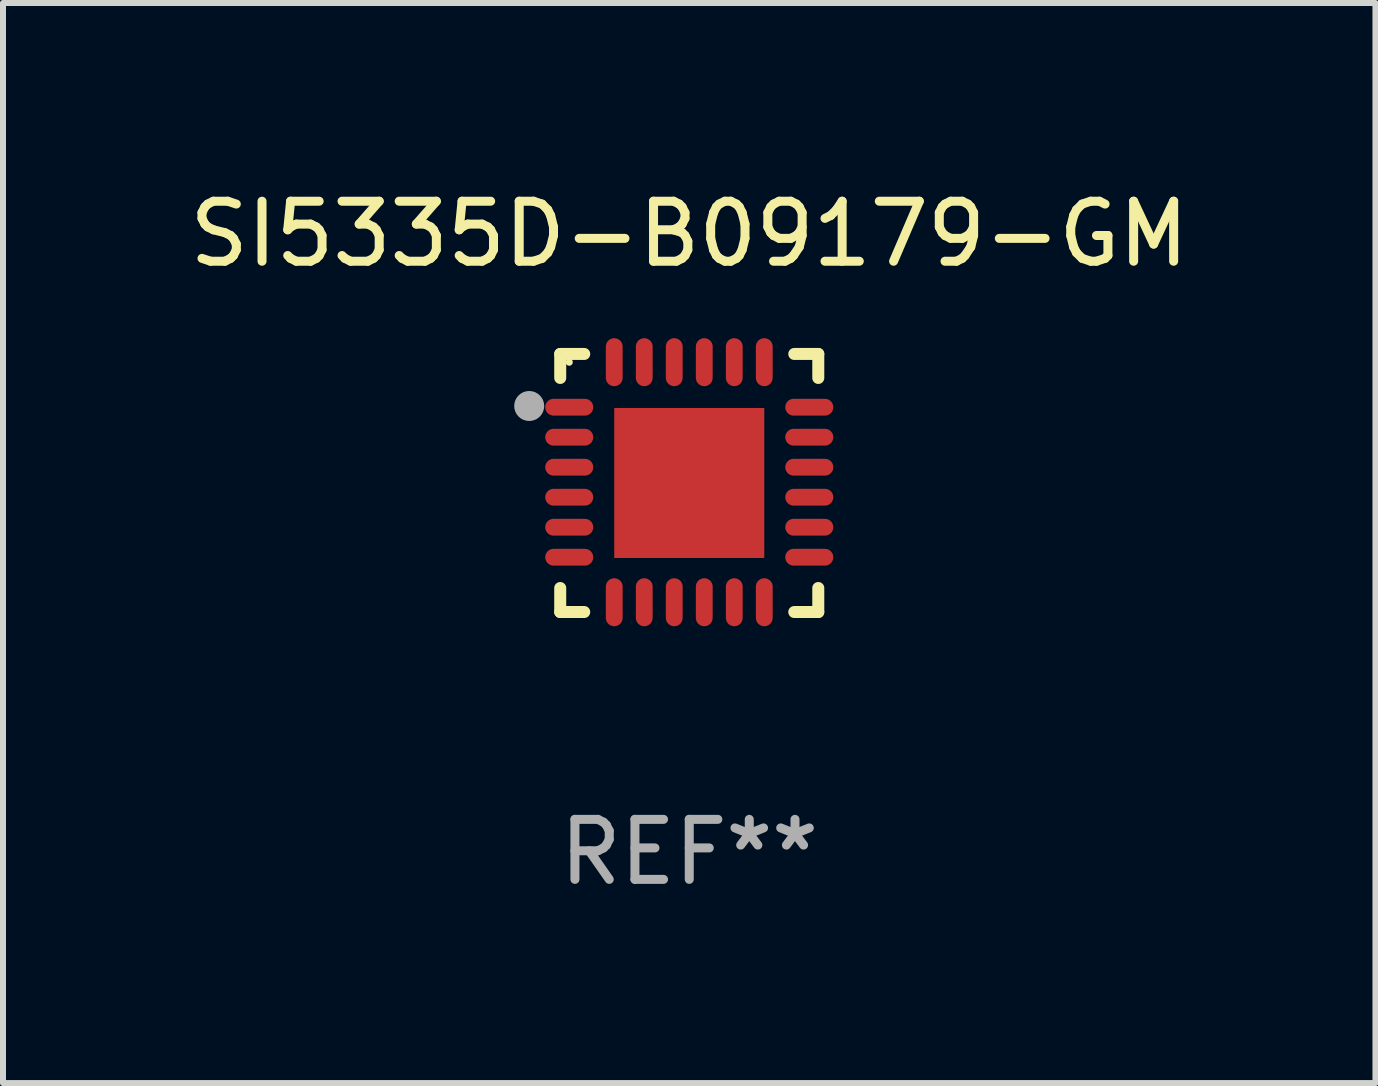
<source format=kicad_pcb>
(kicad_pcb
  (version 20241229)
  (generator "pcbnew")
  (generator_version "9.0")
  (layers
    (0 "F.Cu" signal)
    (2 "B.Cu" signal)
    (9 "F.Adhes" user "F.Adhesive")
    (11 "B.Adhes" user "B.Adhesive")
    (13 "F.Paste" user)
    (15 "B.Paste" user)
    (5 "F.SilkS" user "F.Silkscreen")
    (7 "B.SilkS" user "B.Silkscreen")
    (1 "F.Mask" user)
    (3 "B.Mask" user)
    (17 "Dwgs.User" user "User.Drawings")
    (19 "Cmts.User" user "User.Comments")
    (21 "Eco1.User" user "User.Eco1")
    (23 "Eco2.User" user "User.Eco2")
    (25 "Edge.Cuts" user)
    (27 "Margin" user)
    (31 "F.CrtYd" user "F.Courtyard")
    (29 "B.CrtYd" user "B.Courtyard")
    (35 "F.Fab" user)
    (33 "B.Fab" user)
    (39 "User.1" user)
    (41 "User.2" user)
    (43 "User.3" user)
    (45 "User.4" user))
  (footprint "SI5335D-B09179-GM"
    (layer "F.Cu")
    (at 8.435 4.998)
    (property "Reference" "SI5335D-B09179-GM" (at 0 -4.15 0) (layer "F.SilkS") (effects (font (size 1 1) (thickness 0.15))))
    (attr through_hole)
    (fp_line (start -2.15 -2.15) (end -1.75 -2.15) (stroke (width 0.2) (type solid)) (layer "F.SilkS"))
    (fp_line (start -2.15 -1.75) (end -2.15 -2.15) (stroke (width 0.2) (type solid)) (layer "F.SilkS"))
    (fp_line (start -2.15 2.15) (end -2.15 1.75) (stroke (width 0.2) (type solid)) (layer "F.SilkS"))
    (fp_line (start -1.75 2.15) (end -2.15 2.15) (stroke (width 0.2) (type solid)) (layer "F.SilkS"))
    (fp_line (start 1.75 -2.15) (end 2.15 -2.15) (stroke (width 0.2) (type solid)) (layer "F.SilkS"))
    (fp_line (start 1.75 2.15) (end 2.15 2.15) (stroke (width 0.2) (type solid)) (layer "F.SilkS"))
    (fp_line (start 2.15 -2.15) (end 2.15 -1.75) (stroke (width 0.2) (type solid)) (layer "F.SilkS"))
    (fp_line (start 2.15 2.15) (end 2.15 1.75) (stroke (width 0.2) (type solid)) (layer "F.SilkS"))
    (fp_circle (center -2 -2.013) (end -1.97 -2.013) (stroke (width 0.06) (type solid)) (fill no) (layer "F.SilkS"))
    (fp_circle (center -2.667 -1.283) (end -2.542 -1.283) (stroke (width 0.25) (type solid)) (fill no) (layer "F.Fab"))
    (fp_text user "REF**" (at 0 6.15 0) (layer "F.Fab") (effects (font (size 1 1) (thickness 0.15))))
    (pad "1" smd oval (at -2 -1.263) (size 0.8 0.28) (layers "F.Cu" "F.Mask" "F.Paste"))
    (pad "2" smd oval (at -2 -0.763) (size 0.8 0.28) (layers "F.Cu" "F.Mask" "F.Paste"))
    (pad "3" smd oval (at -2 -0.263) (size 0.8 0.28) (layers "F.Cu" "F.Mask" "F.Paste"))
    (pad "4" smd oval (at -2 0.237) (size 0.8 0.28) (layers "F.Cu" "F.Mask" "F.Paste"))
    (pad "5" smd oval (at -2 0.737) (size 0.8 0.28) (layers "F.Cu" "F.Mask" "F.Paste"))
    (pad "6" smd oval (at -2 1.237) (size 0.8 0.28) (layers "F.Cu" "F.Mask" "F.Paste"))
    (pad "7" smd oval (at -1.25 1.987) (size 0.28 0.8) (layers "F.Cu" "F.Mask" "F.Paste"))
    (pad "8" smd oval (at -0.75 1.987) (size 0.28 0.8) (layers "F.Cu" "F.Mask" "F.Paste"))
    (pad "9" smd oval (at -0.25 1.987) (size 0.28 0.8) (layers "F.Cu" "F.Mask" "F.Paste"))
    (pad "10" smd oval (at 0.25 1.987) (size 0.28 0.8) (layers "F.Cu" "F.Mask" "F.Paste"))
    (pad "11" smd oval (at 0.75 1.987) (size 0.28 0.8) (layers "F.Cu" "F.Mask" "F.Paste"))
    (pad "12" smd oval (at 1.25 1.987) (size 0.28 0.8) (layers "F.Cu" "F.Mask" "F.Paste"))
    (pad "13" smd oval (at 2 1.237) (size 0.8 0.28) (layers "F.Cu" "F.Mask" "F.Paste"))
    (pad "14" smd oval (at 2 0.737) (size 0.8 0.28) (layers "F.Cu" "F.Mask" "F.Paste"))
    (pad "15" smd oval (at 2 0.237) (size 0.8 0.28) (layers "F.Cu" "F.Mask" "F.Paste"))
    (pad "16" smd oval (at 2 -0.263) (size 0.8 0.28) (layers "F.Cu" "F.Mask" "F.Paste"))
    (pad "17" smd oval (at 2 -0.763) (size 0.8 0.28) (layers "F.Cu" "F.Mask" "F.Paste"))
    (pad "18" smd oval (at 2 -1.263) (size 0.8 0.28) (layers "F.Cu" "F.Mask" "F.Paste"))
    (pad "19" smd oval (at 1.25 -2.013) (size 0.28 0.8) (layers "F.Cu" "F.Mask" "F.Paste"))
    (pad "20" smd oval (at 0.75 -2.013) (size 0.28 0.8) (layers "F.Cu" "F.Mask" "F.Paste"))
    (pad "21" smd oval (at 0.25 -2.013) (size 0.28 0.8) (layers "F.Cu" "F.Mask" "F.Paste"))
    (pad "22" smd oval (at -0.25 -2.013) (size 0.28 0.8) (layers "F.Cu" "F.Mask" "F.Paste"))
    (pad "23" smd oval (at -0.75 -2.013) (size 0.28 0.8) (layers "F.Cu" "F.Mask" "F.Paste"))
    (pad "24" smd oval (at -1.25 -2.013) (size 0.28 0.8) (layers "F.Cu" "F.Mask" "F.Paste"))
    (pad "25" smd rect (at -0.000127 -0.00014) (size 2.5 2.5) (layers "F.Cu" "F.Mask" "F.Paste")))
  (gr_rect
    (start -3 -3)
    (end 19.869 14.997)
    (stroke (width 0.1) (type default))
    (fill no)
    (layer "Edge.Cuts")))
</source>
